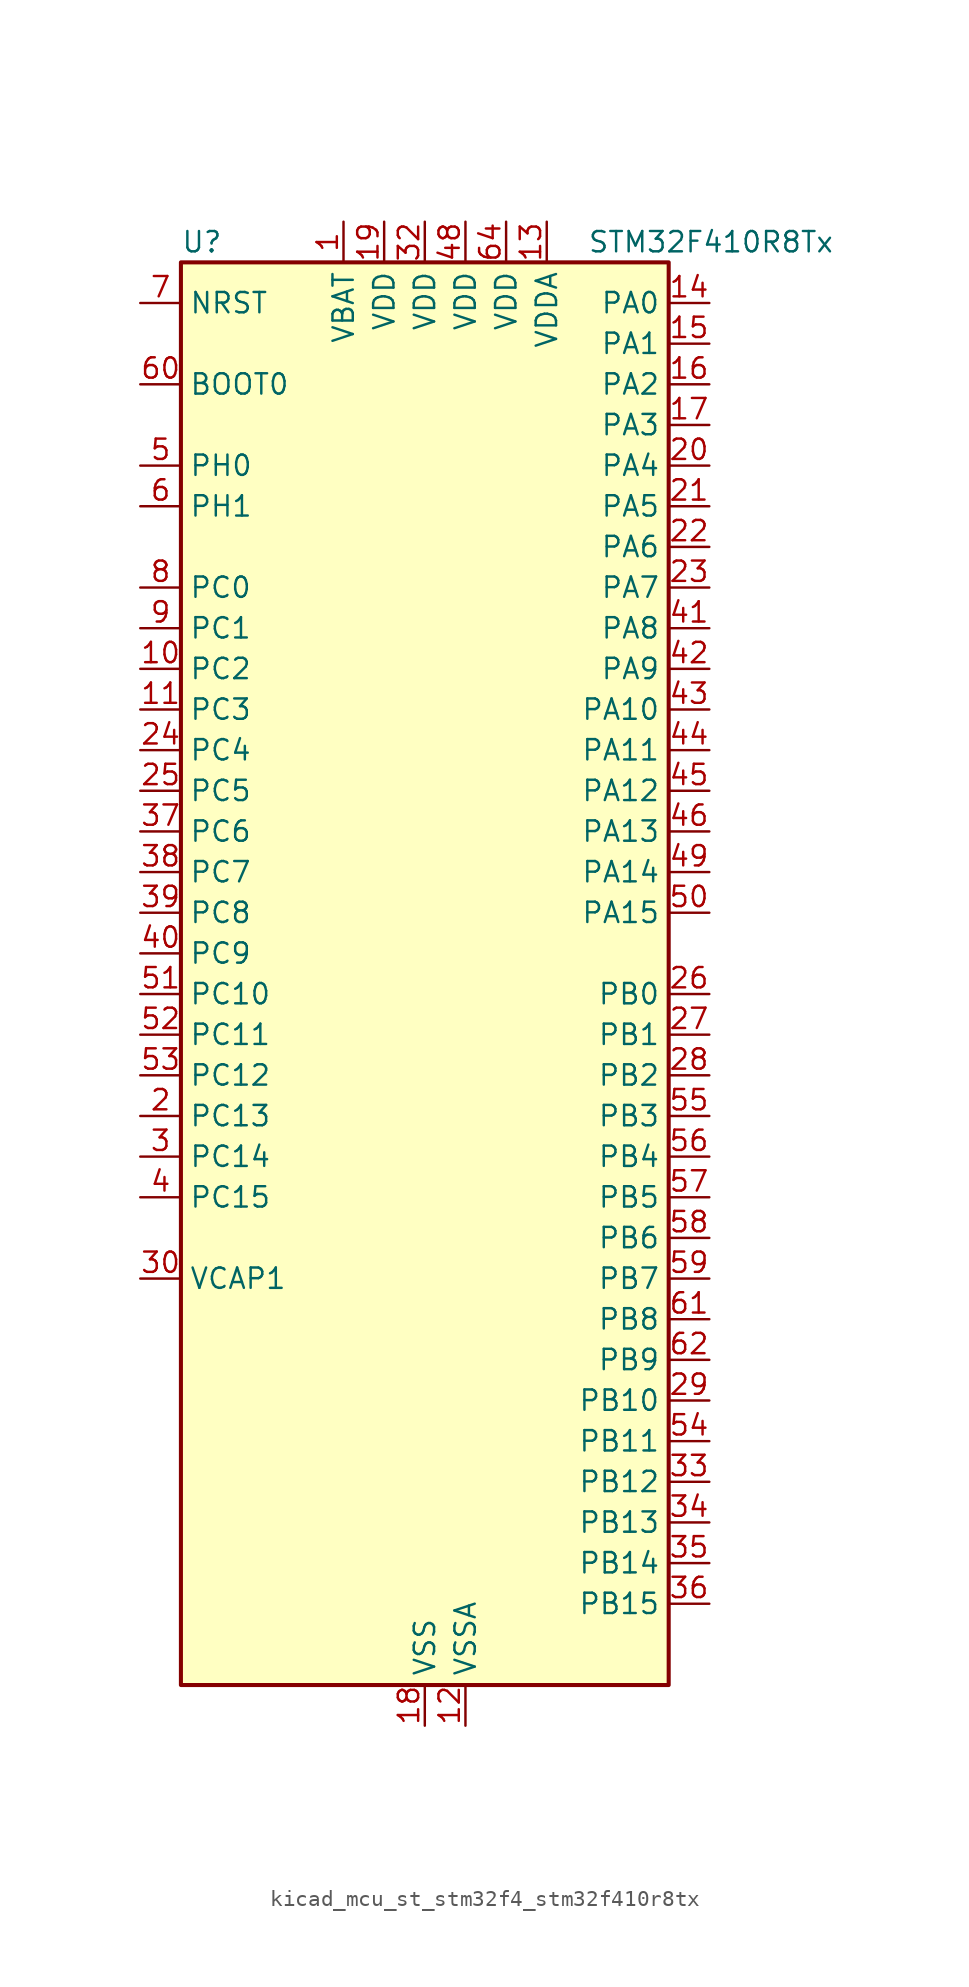
<source format=kicad_sym>
(kicad_symbol_lib
  (version 20220914)
  (generator kicad_symbol_editor)
  (symbol "kicad_mcu_st_stm32f4_stm32f410r8tx"
    (property "Reference" "U"
      (at -15.24 46.99 0)
      (effects (font (size 1.27 1.27)) (justify left)))
    (property "Value" "STM32F410R8Tx"
      (at 10.16 46.99 0)
      (effects (font (size 1.27 1.27)) (justify left)))
    (property "ki_locked" ""
      (at 0 0 0)
      (effects (font (size 1.27 1.27))))
    (symbol "kicad_mcu_st_stm32f4_stm32f410r8tx_0_1"
      (rectangle (start -15.24 -43.18) (end 15.24 45.72) (stroke (width 0.254) (type default)) (fill (type background))))
    (symbol "kicad_mcu_st_stm32f4_stm32f410r8tx_1_1"
      (pin power_in line (at -5.08 48.26 270) (length 2.54) (name "VBAT" (effects (font (size 1.27 1.27)))) (number "1" (effects (font (size 1.27 1.27)))))
      (pin bidirectional line (at -17.78 20.32 0) (length 2.54) (name "PC2" (effects (font (size 1.27 1.27)))) (number "10" (effects (font (size 1.27 1.27)))) (alternate "ADC1_IN12" bidirectional line) (alternate "LPTIM1_IN2" bidirectional line) (alternate "SPI2_MISO" bidirectional line))
      (pin bidirectional line (at -17.78 17.78 0) (length 2.54) (name "PC3" (effects (font (size 1.27 1.27)))) (number "11" (effects (font (size 1.27 1.27)))) (alternate "ADC1_IN13" bidirectional line) (alternate "I2S2_SD" bidirectional line) (alternate "LPTIM1_ETR" bidirectional line) (alternate "SPI2_MOSI" bidirectional line))
      (pin power_in line (at 2.54 -45.72 90) (length 2.54) (name "VSSA" (effects (font (size 1.27 1.27)))) (number "12" (effects (font (size 1.27 1.27)))))
      (pin power_in line (at 7.62 48.26 270) (length 2.54) (name "VDDA" (effects (font (size 1.27 1.27)))) (number "13" (effects (font (size 1.27 1.27)))))
      (pin bidirectional line (at 17.78 43.18 180) (length 2.54) (name "PA0" (effects (font (size 1.27 1.27)))) (number "14" (effects (font (size 1.27 1.27)))) (alternate "ADC1_IN0" bidirectional line) (alternate "SYS_WKUP1" bidirectional line) (alternate "TIM5_CH1" bidirectional line) (alternate "USART2_CTS" bidirectional line))
      (pin bidirectional line (at 17.78 40.64 180) (length 2.54) (name "PA1" (effects (font (size 1.27 1.27)))) (number "15" (effects (font (size 1.27 1.27)))) (alternate "ADC1_IN1" bidirectional line) (alternate "TIM5_CH2" bidirectional line) (alternate "USART2_RTS" bidirectional line))
      (pin bidirectional line (at 17.78 38.1 180) (length 2.54) (name "PA2" (effects (font (size 1.27 1.27)))) (number "16" (effects (font (size 1.27 1.27)))) (alternate "ADC1_IN2" bidirectional line) (alternate "I2S_CKIN" bidirectional line) (alternate "TIM5_CH3" bidirectional line) (alternate "TIM9_CH1" bidirectional line) (alternate "USART2_TX" bidirectional line))
      (pin bidirectional line (at 17.78 35.56 180) (length 2.54) (name "PA3" (effects (font (size 1.27 1.27)))) (number "17" (effects (font (size 1.27 1.27)))) (alternate "ADC1_IN3" bidirectional line) (alternate "I2S2_MCK" bidirectional line) (alternate "TIM5_CH4" bidirectional line) (alternate "TIM9_CH2" bidirectional line) (alternate "USART2_RX" bidirectional line))
      (pin power_in line (at 0 -45.72 90) (length 2.54) (name "VSS" (effects (font (size 1.27 1.27)))) (number "18" (effects (font (size 1.27 1.27)))))
      (pin power_in line (at -2.54 48.26 270) (length 2.54) (name "VDD" (effects (font (size 1.27 1.27)))) (number "19" (effects (font (size 1.27 1.27)))))
      (pin bidirectional line (at -17.78 -7.62 0) (length 2.54) (name "PC13" (effects (font (size 1.27 1.27)))) (number "2" (effects (font (size 1.27 1.27)))) (alternate "RTC_AF1" bidirectional line))
      (pin bidirectional line (at 17.78 33.02 180) (length 2.54) (name "PA4" (effects (font (size 1.27 1.27)))) (number "20" (effects (font (size 1.27 1.27)))) (alternate "ADC1_IN4" bidirectional line) (alternate "I2S1_WS" bidirectional line) (alternate "SPI1_NSS" bidirectional line) (alternate "USART2_CK" bidirectional line))
      (pin bidirectional line (at 17.78 30.48 180) (length 2.54) (name "PA5" (effects (font (size 1.27 1.27)))) (number "21" (effects (font (size 1.27 1.27)))) (alternate "ADC1_IN5" bidirectional line) (alternate "DAC_OUT1" bidirectional line) (alternate "I2S1_CK" bidirectional line) (alternate "SPI1_SCK" bidirectional line))
      (pin bidirectional line (at 17.78 27.94 180) (length 2.54) (name "PA6" (effects (font (size 1.27 1.27)))) (number "22" (effects (font (size 1.27 1.27)))) (alternate "ADC1_IN6" bidirectional line) (alternate "I2S2_MCK" bidirectional line) (alternate "SPI1_MISO" bidirectional line) (alternate "TIM1_BKIN" bidirectional line))
      (pin bidirectional line (at 17.78 25.4 180) (length 2.54) (name "PA7" (effects (font (size 1.27 1.27)))) (number "23" (effects (font (size 1.27 1.27)))) (alternate "ADC1_IN7" bidirectional line) (alternate "I2S1_SD" bidirectional line) (alternate "SPI1_MOSI" bidirectional line) (alternate "TIM1_CH1N" bidirectional line))
      (pin bidirectional line (at -17.78 15.24 0) (length 2.54) (name "PC4" (effects (font (size 1.27 1.27)))) (number "24" (effects (font (size 1.27 1.27)))) (alternate "ADC1_IN14" bidirectional line) (alternate "TIM9_CH1" bidirectional line))
      (pin bidirectional line (at -17.78 12.7 0) (length 2.54) (name "PC5" (effects (font (size 1.27 1.27)))) (number "25" (effects (font (size 1.27 1.27)))) (alternate "ADC1_IN15" bidirectional line) (alternate "FMPI2C1_SMBA" bidirectional line) (alternate "TIM9_CH2" bidirectional line))
      (pin bidirectional line (at 17.78 0 180) (length 2.54) (name "PB0" (effects (font (size 1.27 1.27)))) (number "26" (effects (font (size 1.27 1.27)))) (alternate "ADC1_IN8" bidirectional line) (alternate "I2S5_CK" bidirectional line) (alternate "SPI5_SCK" bidirectional line) (alternate "TIM1_CH2N" bidirectional line))
      (pin bidirectional line (at 17.78 -2.54 180) (length 2.54) (name "PB1" (effects (font (size 1.27 1.27)))) (number "27" (effects (font (size 1.27 1.27)))) (alternate "ADC1_IN9" bidirectional line) (alternate "I2S5_WS" bidirectional line) (alternate "SPI5_NSS" bidirectional line) (alternate "TIM1_CH3N" bidirectional line))
      (pin bidirectional line (at 17.78 -5.08 180) (length 2.54) (name "PB2" (effects (font (size 1.27 1.27)))) (number "28" (effects (font (size 1.27 1.27)))) (alternate "LPTIM1_OUT" bidirectional line))
      (pin bidirectional line (at 17.78 -25.4 180) (length 2.54) (name "PB10" (effects (font (size 1.27 1.27)))) (number "29" (effects (font (size 1.27 1.27)))) (alternate "FMPI2C1_SCL" bidirectional line) (alternate "I2C2_SCL" bidirectional line) (alternate "I2S1_MCK" bidirectional line) (alternate "I2S2_CK" bidirectional line) (alternate "SPI2_SCK" bidirectional line))
      (pin bidirectional line (at -17.78 -10.16 0) (length 2.54) (name "PC14" (effects (font (size 1.27 1.27)))) (number "3" (effects (font (size 1.27 1.27)))) (alternate "RCC_OSC32_IN" bidirectional line))
      (pin power_out line (at -17.78 -17.78 0) (length 2.54) (name "VCAP1" (effects (font (size 1.27 1.27)))) (number "30" (effects (font (size 1.27 1.27)))))
      (pin passive line (at 0 -45.72 90) (length 2.54) hide (name "VSS" (effects (font (size 1.27 1.27)))) (number "31" (effects (font (size 1.27 1.27)))))
      (pin power_in line (at 0 48.26 270) (length 2.54) (name "VDD" (effects (font (size 1.27 1.27)))) (number "32" (effects (font (size 1.27 1.27)))))
      (pin bidirectional line (at 17.78 -30.48 180) (length 2.54) (name "PB12" (effects (font (size 1.27 1.27)))) (number "33" (effects (font (size 1.27 1.27)))) (alternate "I2C2_SMBA" bidirectional line) (alternate "I2S2_WS" bidirectional line) (alternate "SPI2_NSS" bidirectional line) (alternate "TIM1_BKIN" bidirectional line) (alternate "TIM5_CH1" bidirectional line))
      (pin bidirectional line (at 17.78 -33.02 180) (length 2.54) (name "PB13" (effects (font (size 1.27 1.27)))) (number "34" (effects (font (size 1.27 1.27)))) (alternate "FMPI2C1_SMBA" bidirectional line) (alternate "I2S2_CK" bidirectional line) (alternate "SPI2_SCK" bidirectional line) (alternate "TIM1_CH1N" bidirectional line))
      (pin bidirectional line (at 17.78 -35.56 180) (length 2.54) (name "PB14" (effects (font (size 1.27 1.27)))) (number "35" (effects (font (size 1.27 1.27)))) (alternate "FMPI2C1_SDA" bidirectional line) (alternate "SPI2_MISO" bidirectional line) (alternate "TIM1_CH2N" bidirectional line))
      (pin bidirectional line (at 17.78 -38.1 180) (length 2.54) (name "PB15" (effects (font (size 1.27 1.27)))) (number "36" (effects (font (size 1.27 1.27)))) (alternate "ADC1_EXTI15" bidirectional line) (alternate "FMPI2C1_SCL" bidirectional line) (alternate "I2S2_SD" bidirectional line) (alternate "RTC_REFIN" bidirectional line) (alternate "SPI2_MOSI" bidirectional line) (alternate "TIM1_CH3N" bidirectional line))
      (pin bidirectional line (at -17.78 10.16 0) (length 2.54) (name "PC6" (effects (font (size 1.27 1.27)))) (number "37" (effects (font (size 1.27 1.27)))) (alternate "FMPI2C1_SCL" bidirectional line) (alternate "I2S2_MCK" bidirectional line) (alternate "SYS_TRACECLK" bidirectional line) (alternate "USART6_TX" bidirectional line))
      (pin bidirectional line (at -17.78 7.62 0) (length 2.54) (name "PC7" (effects (font (size 1.27 1.27)))) (number "38" (effects (font (size 1.27 1.27)))) (alternate "FMPI2C1_SDA" bidirectional line) (alternate "I2S1_MCK" bidirectional line) (alternate "I2S2_CK" bidirectional line) (alternate "SPI2_SCK" bidirectional line) (alternate "USART6_RX" bidirectional line))
      (pin bidirectional line (at -17.78 5.08 0) (length 2.54) (name "PC8" (effects (font (size 1.27 1.27)))) (number "39" (effects (font (size 1.27 1.27)))) (alternate "USART6_CK" bidirectional line))
      (pin bidirectional line (at -17.78 -12.7 0) (length 2.54) (name "PC15" (effects (font (size 1.27 1.27)))) (number "4" (effects (font (size 1.27 1.27)))) (alternate "ADC1_EXTI15" bidirectional line) (alternate "RCC_OSC32_OUT" bidirectional line))
      (pin bidirectional line (at -17.78 2.54 0) (length 2.54) (name "PC9" (effects (font (size 1.27 1.27)))) (number "40" (effects (font (size 1.27 1.27)))) (alternate "DAC_EXTI9" bidirectional line) (alternate "FMPI2C1_SDA" bidirectional line) (alternate "I2S_CKIN" bidirectional line) (alternate "RCC_MCO_2" bidirectional line))
      (pin bidirectional line (at 17.78 22.86 180) (length 2.54) (name "PA8" (effects (font (size 1.27 1.27)))) (number "41" (effects (font (size 1.27 1.27)))) (alternate "FMPI2C1_SCL" bidirectional line) (alternate "RCC_MCO_1" bidirectional line) (alternate "TIM1_CH1" bidirectional line) (alternate "USART1_CK" bidirectional line))
      (pin bidirectional line (at 17.78 20.32 180) (length 2.54) (name "PA9" (effects (font (size 1.27 1.27)))) (number "42" (effects (font (size 1.27 1.27)))) (alternate "DAC_EXTI9" bidirectional line) (alternate "TIM1_CH2" bidirectional line) (alternate "USART1_TX" bidirectional line))
      (pin bidirectional line (at 17.78 17.78 180) (length 2.54) (name "PA10" (effects (font (size 1.27 1.27)))) (number "43" (effects (font (size 1.27 1.27)))) (alternate "I2S5_SD" bidirectional line) (alternate "SPI5_MOSI" bidirectional line) (alternate "TIM1_CH3" bidirectional line) (alternate "USART1_RX" bidirectional line))
      (pin bidirectional line (at 17.78 15.24 180) (length 2.54) (name "PA11" (effects (font (size 1.27 1.27)))) (number "44" (effects (font (size 1.27 1.27)))) (alternate "ADC1_EXTI11" bidirectional line) (alternate "TIM1_CH4" bidirectional line) (alternate "USART1_CTS" bidirectional line) (alternate "USART6_TX" bidirectional line))
      (pin bidirectional line (at 17.78 12.7 180) (length 2.54) (name "PA12" (effects (font (size 1.27 1.27)))) (number "45" (effects (font (size 1.27 1.27)))) (alternate "SPI5_MISO" bidirectional line) (alternate "TIM1_ETR" bidirectional line) (alternate "USART1_RTS" bidirectional line) (alternate "USART6_RX" bidirectional line))
      (pin bidirectional line (at 17.78 10.16 180) (length 2.54) (name "PA13" (effects (font (size 1.27 1.27)))) (number "46" (effects (font (size 1.27 1.27)))) (alternate "SYS_JTMS-SWDIO" bidirectional line))
      (pin passive line (at 0 -45.72 90) (length 2.54) hide (name "VSS" (effects (font (size 1.27 1.27)))) (number "47" (effects (font (size 1.27 1.27)))))
      (pin power_in line (at 2.54 48.26 270) (length 2.54) (name "VDD" (effects (font (size 1.27 1.27)))) (number "48" (effects (font (size 1.27 1.27)))))
      (pin bidirectional line (at 17.78 7.62 180) (length 2.54) (name "PA14" (effects (font (size 1.27 1.27)))) (number "49" (effects (font (size 1.27 1.27)))) (alternate "SYS_JTCK-SWCLK" bidirectional line))
      (pin bidirectional line (at -17.78 33.02 0) (length 2.54) (name "PH0" (effects (font (size 1.27 1.27)))) (number "5" (effects (font (size 1.27 1.27)))) (alternate "RCC_OSC_IN" bidirectional line))
      (pin bidirectional line (at 17.78 5.08 180) (length 2.54) (name "PA15" (effects (font (size 1.27 1.27)))) (number "50" (effects (font (size 1.27 1.27)))) (alternate "ADC1_EXTI15" bidirectional line) (alternate "I2S1_WS" bidirectional line) (alternate "SPI1_NSS" bidirectional line) (alternate "SYS_JTDI" bidirectional line) (alternate "USART1_TX" bidirectional line))
      (pin bidirectional line (at -17.78 0 0) (length 2.54) (name "PC10" (effects (font (size 1.27 1.27)))) (number "51" (effects (font (size 1.27 1.27)))) (alternate "SYS_TRACED0" bidirectional line) (alternate "TIM5_CH2" bidirectional line))
      (pin bidirectional line (at -17.78 -2.54 0) (length 2.54) (name "PC11" (effects (font (size 1.27 1.27)))) (number "52" (effects (font (size 1.27 1.27)))) (alternate "ADC1_EXTI11" bidirectional line) (alternate "SYS_TRACED1" bidirectional line) (alternate "TIM5_CH3" bidirectional line))
      (pin bidirectional line (at -17.78 -5.08 0) (length 2.54) (name "PC12" (effects (font (size 1.27 1.27)))) (number "53" (effects (font (size 1.27 1.27)))) (alternate "SYS_TRACED2" bidirectional line) (alternate "TIM11_CH1" bidirectional line))
      (pin bidirectional line (at 17.78 -27.94 180) (length 2.54) (name "PB11" (effects (font (size 1.27 1.27)))) (number "54" (effects (font (size 1.27 1.27)))) (alternate "ADC1_EXTI11" bidirectional line) (alternate "I2C2_SDA" bidirectional line) (alternate "I2S_CKIN" bidirectional line) (alternate "SYS_TRACED3" bidirectional line) (alternate "TIM5_CH4" bidirectional line))
      (pin bidirectional line (at 17.78 -7.62 180) (length 2.54) (name "PB3" (effects (font (size 1.27 1.27)))) (number "55" (effects (font (size 1.27 1.27)))) (alternate "FMPI2C1_SDA" bidirectional line) (alternate "I2C2_SDA" bidirectional line) (alternate "I2S1_CK" bidirectional line) (alternate "SPI1_SCK" bidirectional line) (alternate "SYS_JTDO-SWO" bidirectional line) (alternate "USART1_RX" bidirectional line))
      (pin bidirectional line (at 17.78 -10.16 180) (length 2.54) (name "PB4" (effects (font (size 1.27 1.27)))) (number "56" (effects (font (size 1.27 1.27)))) (alternate "SPI1_MISO" bidirectional line) (alternate "SYS_JTRST" bidirectional line))
      (pin bidirectional line (at 17.78 -12.7 180) (length 2.54) (name "PB5" (effects (font (size 1.27 1.27)))) (number "57" (effects (font (size 1.27 1.27)))) (alternate "I2C1_SMBA" bidirectional line) (alternate "I2S1_SD" bidirectional line) (alternate "LPTIM1_IN1" bidirectional line) (alternate "SPI1_MOSI" bidirectional line))
      (pin bidirectional line (at 17.78 -15.24 180) (length 2.54) (name "PB6" (effects (font (size 1.27 1.27)))) (number "58" (effects (font (size 1.27 1.27)))) (alternate "I2C1_SCL" bidirectional line) (alternate "LPTIM1_ETR" bidirectional line) (alternate "USART1_TX" bidirectional line))
      (pin bidirectional line (at 17.78 -17.78 180) (length 2.54) (name "PB7" (effects (font (size 1.27 1.27)))) (number "59" (effects (font (size 1.27 1.27)))) (alternate "I2C1_SDA" bidirectional line) (alternate "LPTIM1_IN2" bidirectional line) (alternate "USART1_RX" bidirectional line))
      (pin bidirectional line (at -17.78 30.48 0) (length 2.54) (name "PH1" (effects (font (size 1.27 1.27)))) (number "6" (effects (font (size 1.27 1.27)))) (alternate "RCC_OSC_OUT" bidirectional line))
      (pin input line (at -17.78 38.1 0) (length 2.54) (name "BOOT0" (effects (font (size 1.27 1.27)))) (number "60" (effects (font (size 1.27 1.27)))))
      (pin bidirectional line (at 17.78 -20.32 180) (length 2.54) (name "PB8" (effects (font (size 1.27 1.27)))) (number "61" (effects (font (size 1.27 1.27)))) (alternate "I2C1_SCL" bidirectional line) (alternate "I2S5_SD" bidirectional line) (alternate "LPTIM1_OUT" bidirectional line) (alternate "SPI5_MOSI" bidirectional line))
      (pin bidirectional line (at 17.78 -22.86 180) (length 2.54) (name "PB9" (effects (font (size 1.27 1.27)))) (number "62" (effects (font (size 1.27 1.27)))) (alternate "DAC_EXTI9" bidirectional line) (alternate "I2C1_SDA" bidirectional line) (alternate "I2C2_SDA" bidirectional line) (alternate "I2S2_WS" bidirectional line) (alternate "SPI2_NSS" bidirectional line) (alternate "TIM11_CH1" bidirectional line))
      (pin passive line (at 0 -45.72 90) (length 2.54) hide (name "VSS" (effects (font (size 1.27 1.27)))) (number "63" (effects (font (size 1.27 1.27)))))
      (pin power_in line (at 5.08 48.26 270) (length 2.54) (name "VDD" (effects (font (size 1.27 1.27)))) (number "64" (effects (font (size 1.27 1.27)))))
      (pin input line (at -17.78 43.18 0) (length 2.54) (name "NRST" (effects (font (size 1.27 1.27)))) (number "7" (effects (font (size 1.27 1.27)))))
      (pin bidirectional line (at -17.78 25.4 0) (length 2.54) (name "PC0" (effects (font (size 1.27 1.27)))) (number "8" (effects (font (size 1.27 1.27)))) (alternate "ADC1_IN10" bidirectional line) (alternate "LPTIM1_IN1" bidirectional line) (alternate "SYS_WKUP2" bidirectional line))
      (pin bidirectional line (at -17.78 22.86 0) (length 2.54) (name "PC1" (effects (font (size 1.27 1.27)))) (number "9" (effects (font (size 1.27 1.27)))) (alternate "ADC1_IN11" bidirectional line) (alternate "LPTIM1_OUT" bidirectional line) (alternate "SYS_WKUP3" bidirectional line)))))
</source>
